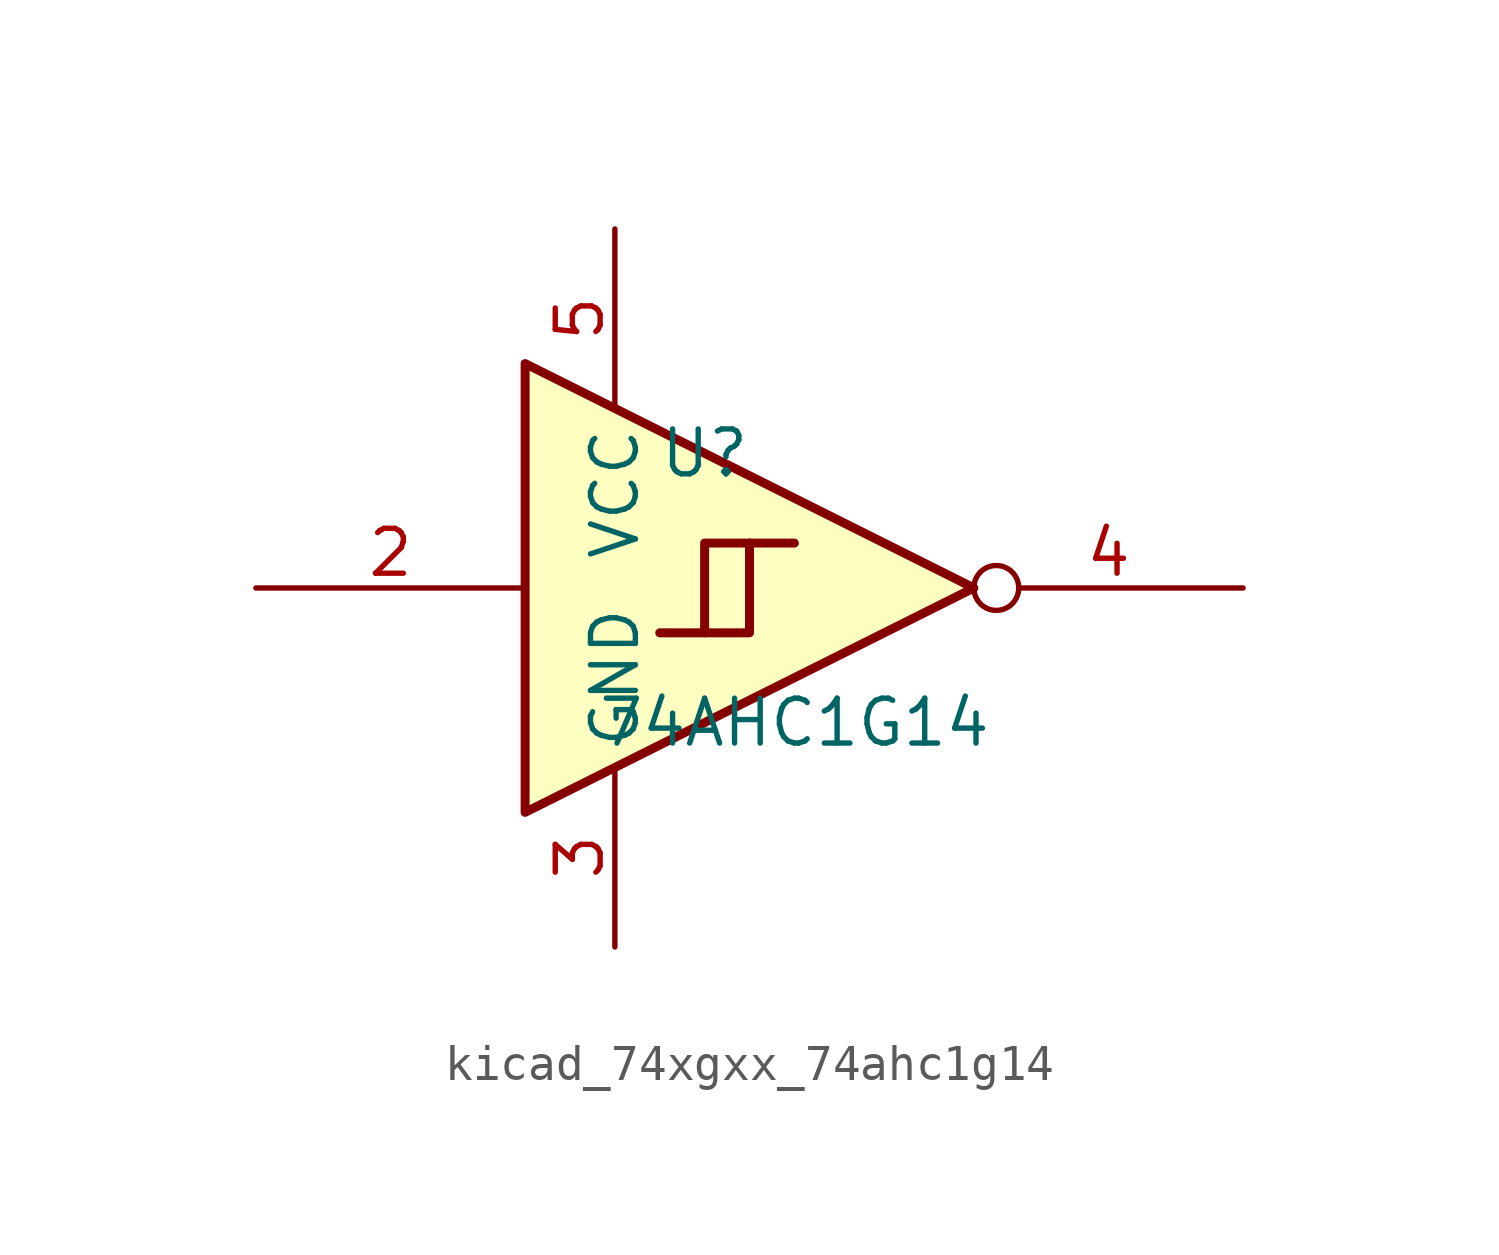
<source format=kicad_sym>
(kicad_symbol_lib
  (version 20220914)
  (generator kicad_symbol_editor)
  (symbol "kicad_74xgxx_74ahc1g14"
    (property "Reference" "U"
      (at -2.54 3.81 0)
      (effects (font (size 1.27 1.27))))
    (property "Value" "74AHC1G14"
      (at 0 -3.81 0)
      (effects (font (size 1.27 1.27))))
    (symbol "kicad_74xgxx_74ahc1g14_0_1"
      (polyline (pts (xy -2.54 -1.27) (xy -1.27 -1.27) (xy -1.27 1.27)) (stroke (width 0.254) (type default)) (fill (type background)))
      (polyline (pts (xy -7.62 6.35) (xy -7.62 -6.35) (xy 5.08 0) (xy -7.62 6.35)) (stroke (width 0.254) (type default)) (fill (type background)))
      (polyline (pts (xy -3.81 -1.27) (xy -2.54 -1.27) (xy -2.54 1.27) (xy 0 1.27)) (stroke (width 0.254) (type default)) (fill (type background))))
    (symbol "kicad_74xgxx_74ahc1g14_1_1"
      (pin input line (at -15.24 0 0) (length 7.62) (name "~" (effects (font (size 1.27 1.27)))) (number "2" (effects (font (size 1.27 1.27)))))
      (pin power_in line (at -5.08 -10.16 90) (length 5.08) (name "GND" (effects (font (size 1.27 1.27)))) (number "3" (effects (font (size 1.27 1.27)))))
      (pin output inverted (at 12.7 0 180) (length 7.62) (name "~" (effects (font (size 1.27 1.27)))) (number "4" (effects (font (size 1.27 1.27)))))
      (pin power_in line (at -5.08 10.16 270) (length 5.08) (name "VCC" (effects (font (size 1.27 1.27)))) (number "5" (effects (font (size 1.27 1.27))))))))
</source>
